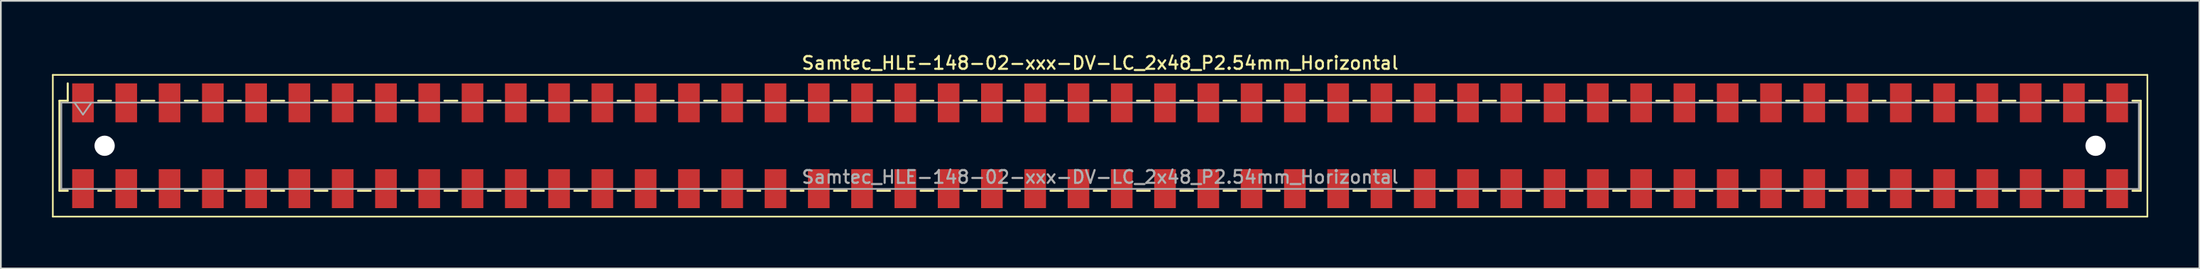
<source format=kicad_pcb>
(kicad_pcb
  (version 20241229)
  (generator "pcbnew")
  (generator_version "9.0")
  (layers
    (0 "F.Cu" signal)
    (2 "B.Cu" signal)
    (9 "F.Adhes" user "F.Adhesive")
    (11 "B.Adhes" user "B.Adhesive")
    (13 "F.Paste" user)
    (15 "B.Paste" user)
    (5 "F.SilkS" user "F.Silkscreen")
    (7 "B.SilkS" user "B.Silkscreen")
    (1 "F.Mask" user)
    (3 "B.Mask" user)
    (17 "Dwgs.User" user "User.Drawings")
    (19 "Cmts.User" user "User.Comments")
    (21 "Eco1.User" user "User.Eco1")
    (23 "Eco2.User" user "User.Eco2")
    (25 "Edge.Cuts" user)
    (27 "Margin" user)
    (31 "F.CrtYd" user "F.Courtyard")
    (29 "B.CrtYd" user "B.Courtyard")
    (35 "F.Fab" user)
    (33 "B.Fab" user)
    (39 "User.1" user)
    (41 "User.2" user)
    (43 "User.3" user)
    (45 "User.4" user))
  (footprint "Samtec_HLE-148-02-xxx-DV-LC_2x48_P2.54mm_Horizontal"
    (layer "F.Cu")
    (at 61.51 5.528)
    (property "Reference" "Samtec_HLE-148-02-xxx-DV-LC_2x48_P2.54mm_Horizontal" (at 0 -4.87 0) (layer "F.SilkS") (effects (font (size 0.75 0.75) (thickness 0.125))))
    (attr smd)
    (fp_line (start -61.46 -4.17) (end 61.46 -4.17) (stroke (width 0.1) (type solid)) (layer "F.SilkS"))
    (fp_line (start -61.46 4.17) (end -61.46 -4.17) (stroke (width 0.1) (type solid)) (layer "F.SilkS"))
    (fp_line (start -61.07 -2.65) (end -61.07 2.65) (stroke (width 0.12) (type solid)) (layer "F.SilkS"))
    (fp_line (start -61.07 2.65) (end -60.585 2.65) (stroke (width 0.12) (type solid)) (layer "F.SilkS"))
    (fp_line (start -60.585 -3.67) (end -60.585 -2.65) (stroke (width 0.12) (type solid)) (layer "F.SilkS"))
    (fp_line (start -60.585 -2.65) (end -61.07 -2.65) (stroke (width 0.12) (type solid)) (layer "F.SilkS"))
    (fp_line (start -58.795 -2.65) (end -58.045 -2.65) (stroke (width 0.12) (type solid)) (layer "F.SilkS"))
    (fp_line (start -58.795 2.65) (end -58.045 2.65) (stroke (width 0.12) (type solid)) (layer "F.SilkS"))
    (fp_line (start -56.255 -2.65) (end -55.505 -2.65) (stroke (width 0.12) (type solid)) (layer "F.SilkS"))
    (fp_line (start -56.255 2.65) (end -55.505 2.65) (stroke (width 0.12) (type solid)) (layer "F.SilkS"))
    (fp_line (start -53.715 -2.65) (end -52.965 -2.65) (stroke (width 0.12) (type solid)) (layer "F.SilkS"))
    (fp_line (start -53.715 2.65) (end -52.965 2.65) (stroke (width 0.12) (type solid)) (layer "F.SilkS"))
    (fp_line (start -51.175 -2.65) (end -50.425 -2.65) (stroke (width 0.12) (type solid)) (layer "F.SilkS"))
    (fp_line (start -51.175 2.65) (end -50.425 2.65) (stroke (width 0.12) (type solid)) (layer "F.SilkS"))
    (fp_line (start -48.635 -2.65) (end -47.885 -2.65) (stroke (width 0.12) (type solid)) (layer "F.SilkS"))
    (fp_line (start -48.635 2.65) (end -47.885 2.65) (stroke (width 0.12) (type solid)) (layer "F.SilkS"))
    (fp_line (start -46.095 -2.65) (end -45.345 -2.65) (stroke (width 0.12) (type solid)) (layer "F.SilkS"))
    (fp_line (start -46.095 2.65) (end -45.345 2.65) (stroke (width 0.12) (type solid)) (layer "F.SilkS"))
    (fp_line (start -43.555 -2.65) (end -42.805 -2.65) (stroke (width 0.12) (type solid)) (layer "F.SilkS"))
    (fp_line (start -43.555 2.65) (end -42.805 2.65) (stroke (width 0.12) (type solid)) (layer "F.SilkS"))
    (fp_line (start -41.015 -2.65) (end -40.265 -2.65) (stroke (width 0.12) (type solid)) (layer "F.SilkS"))
    (fp_line (start -41.015 2.65) (end -40.265 2.65) (stroke (width 0.12) (type solid)) (layer "F.SilkS"))
    (fp_line (start -38.475 -2.65) (end -37.725 -2.65) (stroke (width 0.12) (type solid)) (layer "F.SilkS"))
    (fp_line (start -38.475 2.65) (end -37.725 2.65) (stroke (width 0.12) (type solid)) (layer "F.SilkS"))
    (fp_line (start -35.935 -2.65) (end -35.185 -2.65) (stroke (width 0.12) (type solid)) (layer "F.SilkS"))
    (fp_line (start -35.935 2.65) (end -35.185 2.65) (stroke (width 0.12) (type solid)) (layer "F.SilkS"))
    (fp_line (start -33.395 -2.65) (end -32.645 -2.65) (stroke (width 0.12) (type solid)) (layer "F.SilkS"))
    (fp_line (start -33.395 2.65) (end -32.645 2.65) (stroke (width 0.12) (type solid)) (layer "F.SilkS"))
    (fp_line (start -30.855 -2.65) (end -30.105 -2.65) (stroke (width 0.12) (type solid)) (layer "F.SilkS"))
    (fp_line (start -30.855 2.65) (end -30.105 2.65) (stroke (width 0.12) (type solid)) (layer "F.SilkS"))
    (fp_line (start -28.315 -2.65) (end -27.565 -2.65) (stroke (width 0.12) (type solid)) (layer "F.SilkS"))
    (fp_line (start -28.315 2.65) (end -27.565 2.65) (stroke (width 0.12) (type solid)) (layer "F.SilkS"))
    (fp_line (start -25.775 -2.65) (end -25.025 -2.65) (stroke (width 0.12) (type solid)) (layer "F.SilkS"))
    (fp_line (start -25.775 2.65) (end -25.025 2.65) (stroke (width 0.12) (type solid)) (layer "F.SilkS"))
    (fp_line (start -23.235 -2.65) (end -22.485 -2.65) (stroke (width 0.12) (type solid)) (layer "F.SilkS"))
    (fp_line (start -23.235 2.65) (end -22.485 2.65) (stroke (width 0.12) (type solid)) (layer "F.SilkS"))
    (fp_line (start -20.695 -2.65) (end -19.945 -2.65) (stroke (width 0.12) (type solid)) (layer "F.SilkS"))
    (fp_line (start -20.695 2.65) (end -19.945 2.65) (stroke (width 0.12) (type solid)) (layer "F.SilkS"))
    (fp_line (start -18.155 -2.65) (end -17.405 -2.65) (stroke (width 0.12) (type solid)) (layer "F.SilkS"))
    (fp_line (start -18.155 2.65) (end -17.405 2.65) (stroke (width 0.12) (type solid)) (layer "F.SilkS"))
    (fp_line (start -15.615 -2.65) (end -14.865 -2.65) (stroke (width 0.12) (type solid)) (layer "F.SilkS"))
    (fp_line (start -15.615 2.65) (end -14.865 2.65) (stroke (width 0.12) (type solid)) (layer "F.SilkS"))
    (fp_line (start -13.075 -2.65) (end -12.325 -2.65) (stroke (width 0.12) (type solid)) (layer "F.SilkS"))
    (fp_line (start -13.075 2.65) (end -12.325 2.65) (stroke (width 0.12) (type solid)) (layer "F.SilkS"))
    (fp_line (start -10.535 -2.65) (end -9.785 -2.65) (stroke (width 0.12) (type solid)) (layer "F.SilkS"))
    (fp_line (start -10.535 2.65) (end -9.785 2.65) (stroke (width 0.12) (type solid)) (layer "F.SilkS"))
    (fp_line (start -7.995 -2.65) (end -7.245 -2.65) (stroke (width 0.12) (type solid)) (layer "F.SilkS"))
    (fp_line (start -7.995 2.65) (end -7.245 2.65) (stroke (width 0.12) (type solid)) (layer "F.SilkS"))
    (fp_line (start -5.455 -2.65) (end -4.705 -2.65) (stroke (width 0.12) (type solid)) (layer "F.SilkS"))
    (fp_line (start -5.455 2.65) (end -4.705 2.65) (stroke (width 0.12) (type solid)) (layer "F.SilkS"))
    (fp_line (start -2.915 -2.65) (end -2.165 -2.65) (stroke (width 0.12) (type solid)) (layer "F.SilkS"))
    (fp_line (start -2.915 2.65) (end -2.165 2.65) (stroke (width 0.12) (type solid)) (layer "F.SilkS"))
    (fp_line (start -0.375 -2.65) (end 0.375 -2.65) (stroke (width 0.12) (type solid)) (layer "F.SilkS"))
    (fp_line (start -0.375 2.65) (end 0.375 2.65) (stroke (width 0.12) (type solid)) (layer "F.SilkS"))
    (fp_line (start 2.165 -2.65) (end 2.915 -2.65) (stroke (width 0.12) (type solid)) (layer "F.SilkS"))
    (fp_line (start 2.165 2.65) (end 2.915 2.65) (stroke (width 0.12) (type solid)) (layer "F.SilkS"))
    (fp_line (start 4.705 -2.65) (end 5.455 -2.65) (stroke (width 0.12) (type solid)) (layer "F.SilkS"))
    (fp_line (start 4.705 2.65) (end 5.455 2.65) (stroke (width 0.12) (type solid)) (layer "F.SilkS"))
    (fp_line (start 7.245 -2.65) (end 7.995 -2.65) (stroke (width 0.12) (type solid)) (layer "F.SilkS"))
    (fp_line (start 7.245 2.65) (end 7.995 2.65) (stroke (width 0.12) (type solid)) (layer "F.SilkS"))
    (fp_line (start 9.785 -2.65) (end 10.535 -2.65) (stroke (width 0.12) (type solid)) (layer "F.SilkS"))
    (fp_line (start 9.785 2.65) (end 10.535 2.65) (stroke (width 0.12) (type solid)) (layer "F.SilkS"))
    (fp_line (start 12.325 -2.65) (end 13.075 -2.65) (stroke (width 0.12) (type solid)) (layer "F.SilkS"))
    (fp_line (start 12.325 2.65) (end 13.075 2.65) (stroke (width 0.12) (type solid)) (layer "F.SilkS"))
    (fp_line (start 14.865 -2.65) (end 15.615 -2.65) (stroke (width 0.12) (type solid)) (layer "F.SilkS"))
    (fp_line (start 14.865 2.65) (end 15.615 2.65) (stroke (width 0.12) (type solid)) (layer "F.SilkS"))
    (fp_line (start 17.405 -2.65) (end 18.155 -2.65) (stroke (width 0.12) (type solid)) (layer "F.SilkS"))
    (fp_line (start 17.405 2.65) (end 18.155 2.65) (stroke (width 0.12) (type solid)) (layer "F.SilkS"))
    (fp_line (start 19.945 -2.65) (end 20.695 -2.65) (stroke (width 0.12) (type solid)) (layer "F.SilkS"))
    (fp_line (start 19.945 2.65) (end 20.695 2.65) (stroke (width 0.12) (type solid)) (layer "F.SilkS"))
    (fp_line (start 22.485 -2.65) (end 23.235 -2.65) (stroke (width 0.12) (type solid)) (layer "F.SilkS"))
    (fp_line (start 22.485 2.65) (end 23.235 2.65) (stroke (width 0.12) (type solid)) (layer "F.SilkS"))
    (fp_line (start 25.025 -2.65) (end 25.775 -2.65) (stroke (width 0.12) (type solid)) (layer "F.SilkS"))
    (fp_line (start 25.025 2.65) (end 25.775 2.65) (stroke (width 0.12) (type solid)) (layer "F.SilkS"))
    (fp_line (start 27.565 -2.65) (end 28.315 -2.65) (stroke (width 0.12) (type solid)) (layer "F.SilkS"))
    (fp_line (start 27.565 2.65) (end 28.315 2.65) (stroke (width 0.12) (type solid)) (layer "F.SilkS"))
    (fp_line (start 30.105 -2.65) (end 30.855 -2.65) (stroke (width 0.12) (type solid)) (layer "F.SilkS"))
    (fp_line (start 30.105 2.65) (end 30.855 2.65) (stroke (width 0.12) (type solid)) (layer "F.SilkS"))
    (fp_line (start 32.645 -2.65) (end 33.395 -2.65) (stroke (width 0.12) (type solid)) (layer "F.SilkS"))
    (fp_line (start 32.645 2.65) (end 33.395 2.65) (stroke (width 0.12) (type solid)) (layer "F.SilkS"))
    (fp_line (start 35.185 -2.65) (end 35.935 -2.65) (stroke (width 0.12) (type solid)) (layer "F.SilkS"))
    (fp_line (start 35.185 2.65) (end 35.935 2.65) (stroke (width 0.12) (type solid)) (layer "F.SilkS"))
    (fp_line (start 37.725 -2.65) (end 38.475 -2.65) (stroke (width 0.12) (type solid)) (layer "F.SilkS"))
    (fp_line (start 37.725 2.65) (end 38.475 2.65) (stroke (width 0.12) (type solid)) (layer "F.SilkS"))
    (fp_line (start 40.265 -2.65) (end 41.015 -2.65) (stroke (width 0.12) (type solid)) (layer "F.SilkS"))
    (fp_line (start 40.265 2.65) (end 41.015 2.65) (stroke (width 0.12) (type solid)) (layer "F.SilkS"))
    (fp_line (start 42.805 -2.65) (end 43.555 -2.65) (stroke (width 0.12) (type solid)) (layer "F.SilkS"))
    (fp_line (start 42.805 2.65) (end 43.555 2.65) (stroke (width 0.12) (type solid)) (layer "F.SilkS"))
    (fp_line (start 45.345 -2.65) (end 46.095 -2.65) (stroke (width 0.12) (type solid)) (layer "F.SilkS"))
    (fp_line (start 45.345 2.65) (end 46.095 2.65) (stroke (width 0.12) (type solid)) (layer "F.SilkS"))
    (fp_line (start 47.885 -2.65) (end 48.635 -2.65) (stroke (width 0.12) (type solid)) (layer "F.SilkS"))
    (fp_line (start 47.885 2.65) (end 48.635 2.65) (stroke (width 0.12) (type solid)) (layer "F.SilkS"))
    (fp_line (start 50.425 -2.65) (end 51.175 -2.65) (stroke (width 0.12) (type solid)) (layer "F.SilkS"))
    (fp_line (start 50.425 2.65) (end 51.175 2.65) (stroke (width 0.12) (type solid)) (layer "F.SilkS"))
    (fp_line (start 52.965 -2.65) (end 53.715 -2.65) (stroke (width 0.12) (type solid)) (layer "F.SilkS"))
    (fp_line (start 52.965 2.65) (end 53.715 2.65) (stroke (width 0.12) (type solid)) (layer "F.SilkS"))
    (fp_line (start 55.505 -2.65) (end 56.255 -2.65) (stroke (width 0.12) (type solid)) (layer "F.SilkS"))
    (fp_line (start 55.505 2.65) (end 56.255 2.65) (stroke (width 0.12) (type solid)) (layer "F.SilkS"))
    (fp_line (start 58.045 -2.65) (end 58.795 -2.65) (stroke (width 0.12) (type solid)) (layer "F.SilkS"))
    (fp_line (start 58.045 2.65) (end 58.795 2.65) (stroke (width 0.12) (type solid)) (layer "F.SilkS"))
    (fp_line (start 60.585 -2.65) (end 61.07 -2.65) (stroke (width 0.12) (type solid)) (layer "F.SilkS"))
    (fp_line (start 61.07 -2.65) (end 61.07 2.65) (stroke (width 0.12) (type solid)) (layer "F.SilkS"))
    (fp_line (start 61.07 2.65) (end 60.585 2.65) (stroke (width 0.12) (type solid)) (layer "F.SilkS"))
    (fp_line (start 61.46 -4.17) (end 61.46 4.17) (stroke (width 0.1) (type solid)) (layer "F.SilkS"))
    (fp_line (start 61.46 4.17) (end -61.46 4.17) (stroke (width 0.1) (type solid)) (layer "F.SilkS"))
    (fp_line (start -60.96 -2.54) (end 60.96 -2.54) (stroke (width 0.1) (type solid)) (layer "F.Fab"))
    (fp_line (start -60.96 2.54) (end -60.96 -2.54) (stroke (width 0.1) (type solid)) (layer "F.Fab"))
    (fp_line (start -60.19 -2.54) (end -59.69 -1.833) (stroke (width 0.1) (type solid)) (layer "F.Fab"))
    (fp_line (start -59.69 -1.833) (end -59.19 -2.54) (stroke (width 0.1) (type solid)) (layer "F.Fab"))
    (fp_line (start 60.96 -2.54) (end 60.96 2.54) (stroke (width 0.1) (type solid)) (layer "F.Fab"))
    (fp_line (start 60.96 2.54) (end -60.96 2.54) (stroke (width 0.1) (type solid)) (layer "F.Fab"))
    (fp_text user "${REFERENCE}" (at 0 1.84 0) (layer "F.Fab") (effects (font (size 0.75 0.75) (thickness 0.125))))
    (pad "" np_thru_hole circle (at -58.42 0) (size 1.19 1.19) (drill 1.19) (layers "*.Cu" "*.Mask"))
    (pad "" np_thru_hole circle (at 58.42 0) (size 1.19 1.19) (drill 1.19) (layers "*.Cu" "*.Mask"))
    (pad "1" smd rect (at -59.69 -2.525) (size 1.27 2.29) (layers "F.Cu" "F.Mask" "F.Paste"))
    (pad "2" smd rect (at -59.69 2.525) (size 1.27 2.29) (layers "F.Cu" "F.Mask" "F.Paste"))
    (pad "3" smd rect (at -57.15 -2.525) (size 1.27 2.29) (layers "F.Cu" "F.Mask" "F.Paste"))
    (pad "4" smd rect (at -57.15 2.525) (size 1.27 2.29) (layers "F.Cu" "F.Mask" "F.Paste"))
    (pad "5" smd rect (at -54.61 -2.525) (size 1.27 2.29) (layers "F.Cu" "F.Mask" "F.Paste"))
    (pad "6" smd rect (at -54.61 2.525) (size 1.27 2.29) (layers "F.Cu" "F.Mask" "F.Paste"))
    (pad "7" smd rect (at -52.07 -2.525) (size 1.27 2.29) (layers "F.Cu" "F.Mask" "F.Paste"))
    (pad "8" smd rect (at -52.07 2.525) (size 1.27 2.29) (layers "F.Cu" "F.Mask" "F.Paste"))
    (pad "9" smd rect (at -49.53 -2.525) (size 1.27 2.29) (layers "F.Cu" "F.Mask" "F.Paste"))
    (pad "10" smd rect (at -49.53 2.525) (size 1.27 2.29) (layers "F.Cu" "F.Mask" "F.Paste"))
    (pad "11" smd rect (at -46.99 -2.525) (size 1.27 2.29) (layers "F.Cu" "F.Mask" "F.Paste"))
    (pad "12" smd rect (at -46.99 2.525) (size 1.27 2.29) (layers "F.Cu" "F.Mask" "F.Paste"))
    (pad "13" smd rect (at -44.45 -2.525) (size 1.27 2.29) (layers "F.Cu" "F.Mask" "F.Paste"))
    (pad "14" smd rect (at -44.45 2.525) (size 1.27 2.29) (layers "F.Cu" "F.Mask" "F.Paste"))
    (pad "15" smd rect (at -41.91 -2.525) (size 1.27 2.29) (layers "F.Cu" "F.Mask" "F.Paste"))
    (pad "16" smd rect (at -41.91 2.525) (size 1.27 2.29) (layers "F.Cu" "F.Mask" "F.Paste"))
    (pad "17" smd rect (at -39.37 -2.525) (size 1.27 2.29) (layers "F.Cu" "F.Mask" "F.Paste"))
    (pad "18" smd rect (at -39.37 2.525) (size 1.27 2.29) (layers "F.Cu" "F.Mask" "F.Paste"))
    (pad "19" smd rect (at -36.83 -2.525) (size 1.27 2.29) (layers "F.Cu" "F.Mask" "F.Paste"))
    (pad "20" smd rect (at -36.83 2.525) (size 1.27 2.29) (layers "F.Cu" "F.Mask" "F.Paste"))
    (pad "21" smd rect (at -34.29 -2.525) (size 1.27 2.29) (layers "F.Cu" "F.Mask" "F.Paste"))
    (pad "22" smd rect (at -34.29 2.525) (size 1.27 2.29) (layers "F.Cu" "F.Mask" "F.Paste"))
    (pad "23" smd rect (at -31.75 -2.525) (size 1.27 2.29) (layers "F.Cu" "F.Mask" "F.Paste"))
    (pad "24" smd rect (at -31.75 2.525) (size 1.27 2.29) (layers "F.Cu" "F.Mask" "F.Paste"))
    (pad "25" smd rect (at -29.21 -2.525) (size 1.27 2.29) (layers "F.Cu" "F.Mask" "F.Paste"))
    (pad "26" smd rect (at -29.21 2.525) (size 1.27 2.29) (layers "F.Cu" "F.Mask" "F.Paste"))
    (pad "27" smd rect (at -26.67 -2.525) (size 1.27 2.29) (layers "F.Cu" "F.Mask" "F.Paste"))
    (pad "28" smd rect (at -26.67 2.525) (size 1.27 2.29) (layers "F.Cu" "F.Mask" "F.Paste"))
    (pad "29" smd rect (at -24.13 -2.525) (size 1.27 2.29) (layers "F.Cu" "F.Mask" "F.Paste"))
    (pad "30" smd rect (at -24.13 2.525) (size 1.27 2.29) (layers "F.Cu" "F.Mask" "F.Paste"))
    (pad "31" smd rect (at -21.59 -2.525) (size 1.27 2.29) (layers "F.Cu" "F.Mask" "F.Paste"))
    (pad "32" smd rect (at -21.59 2.525) (size 1.27 2.29) (layers "F.Cu" "F.Mask" "F.Paste"))
    (pad "33" smd rect (at -19.05 -2.525) (size 1.27 2.29) (layers "F.Cu" "F.Mask" "F.Paste"))
    (pad "34" smd rect (at -19.05 2.525) (size 1.27 2.29) (layers "F.Cu" "F.Mask" "F.Paste"))
    (pad "35" smd rect (at -16.51 -2.525) (size 1.27 2.29) (layers "F.Cu" "F.Mask" "F.Paste"))
    (pad "36" smd rect (at -16.51 2.525) (size 1.27 2.29) (layers "F.Cu" "F.Mask" "F.Paste"))
    (pad "37" smd rect (at -13.97 -2.525) (size 1.27 2.29) (layers "F.Cu" "F.Mask" "F.Paste"))
    (pad "38" smd rect (at -13.97 2.525) (size 1.27 2.29) (layers "F.Cu" "F.Mask" "F.Paste"))
    (pad "39" smd rect (at -11.43 -2.525) (size 1.27 2.29) (layers "F.Cu" "F.Mask" "F.Paste"))
    (pad "40" smd rect (at -11.43 2.525) (size 1.27 2.29) (layers "F.Cu" "F.Mask" "F.Paste"))
    (pad "41" smd rect (at -8.89 -2.525) (size 1.27 2.29) (layers "F.Cu" "F.Mask" "F.Paste"))
    (pad "42" smd rect (at -8.89 2.525) (size 1.27 2.29) (layers "F.Cu" "F.Mask" "F.Paste"))
    (pad "43" smd rect (at -6.35 -2.525) (size 1.27 2.29) (layers "F.Cu" "F.Mask" "F.Paste"))
    (pad "44" smd rect (at -6.35 2.525) (size 1.27 2.29) (layers "F.Cu" "F.Mask" "F.Paste"))
    (pad "45" smd rect (at -3.81 -2.525) (size 1.27 2.29) (layers "F.Cu" "F.Mask" "F.Paste"))
    (pad "46" smd rect (at -3.81 2.525) (size 1.27 2.29) (layers "F.Cu" "F.Mask" "F.Paste"))
    (pad "47" smd rect (at -1.27 -2.525) (size 1.27 2.29) (layers "F.Cu" "F.Mask" "F.Paste"))
    (pad "48" smd rect (at -1.27 2.525) (size 1.27 2.29) (layers "F.Cu" "F.Mask" "F.Paste"))
    (pad "49" smd rect (at 1.27 -2.525) (size 1.27 2.29) (layers "F.Cu" "F.Mask" "F.Paste"))
    (pad "50" smd rect (at 1.27 2.525) (size 1.27 2.29) (layers "F.Cu" "F.Mask" "F.Paste"))
    (pad "51" smd rect (at 3.81 -2.525) (size 1.27 2.29) (layers "F.Cu" "F.Mask" "F.Paste"))
    (pad "52" smd rect (at 3.81 2.525) (size 1.27 2.29) (layers "F.Cu" "F.Mask" "F.Paste"))
    (pad "53" smd rect (at 6.35 -2.525) (size 1.27 2.29) (layers "F.Cu" "F.Mask" "F.Paste"))
    (pad "54" smd rect (at 6.35 2.525) (size 1.27 2.29) (layers "F.Cu" "F.Mask" "F.Paste"))
    (pad "55" smd rect (at 8.89 -2.525) (size 1.27 2.29) (layers "F.Cu" "F.Mask" "F.Paste"))
    (pad "56" smd rect (at 8.89 2.525) (size 1.27 2.29) (layers "F.Cu" "F.Mask" "F.Paste"))
    (pad "57" smd rect (at 11.43 -2.525) (size 1.27 2.29) (layers "F.Cu" "F.Mask" "F.Paste"))
    (pad "58" smd rect (at 11.43 2.525) (size 1.27 2.29) (layers "F.Cu" "F.Mask" "F.Paste"))
    (pad "59" smd rect (at 13.97 -2.525) (size 1.27 2.29) (layers "F.Cu" "F.Mask" "F.Paste"))
    (pad "60" smd rect (at 13.97 2.525) (size 1.27 2.29) (layers "F.Cu" "F.Mask" "F.Paste"))
    (pad "61" smd rect (at 16.51 -2.525) (size 1.27 2.29) (layers "F.Cu" "F.Mask" "F.Paste"))
    (pad "62" smd rect (at 16.51 2.525) (size 1.27 2.29) (layers "F.Cu" "F.Mask" "F.Paste"))
    (pad "63" smd rect (at 19.05 -2.525) (size 1.27 2.29) (layers "F.Cu" "F.Mask" "F.Paste"))
    (pad "64" smd rect (at 19.05 2.525) (size 1.27 2.29) (layers "F.Cu" "F.Mask" "F.Paste"))
    (pad "65" smd rect (at 21.59 -2.525) (size 1.27 2.29) (layers "F.Cu" "F.Mask" "F.Paste"))
    (pad "66" smd rect (at 21.59 2.525) (size 1.27 2.29) (layers "F.Cu" "F.Mask" "F.Paste"))
    (pad "67" smd rect (at 24.13 -2.525) (size 1.27 2.29) (layers "F.Cu" "F.Mask" "F.Paste"))
    (pad "68" smd rect (at 24.13 2.525) (size 1.27 2.29) (layers "F.Cu" "F.Mask" "F.Paste"))
    (pad "69" smd rect (at 26.67 -2.525) (size 1.27 2.29) (layers "F.Cu" "F.Mask" "F.Paste"))
    (pad "70" smd rect (at 26.67 2.525) (size 1.27 2.29) (layers "F.Cu" "F.Mask" "F.Paste"))
    (pad "71" smd rect (at 29.21 -2.525) (size 1.27 2.29) (layers "F.Cu" "F.Mask" "F.Paste"))
    (pad "72" smd rect (at 29.21 2.525) (size 1.27 2.29) (layers "F.Cu" "F.Mask" "F.Paste"))
    (pad "73" smd rect (at 31.75 -2.525) (size 1.27 2.29) (layers "F.Cu" "F.Mask" "F.Paste"))
    (pad "74" smd rect (at 31.75 2.525) (size 1.27 2.29) (layers "F.Cu" "F.Mask" "F.Paste"))
    (pad "75" smd rect (at 34.29 -2.525) (size 1.27 2.29) (layers "F.Cu" "F.Mask" "F.Paste"))
    (pad "76" smd rect (at 34.29 2.525) (size 1.27 2.29) (layers "F.Cu" "F.Mask" "F.Paste"))
    (pad "77" smd rect (at 36.83 -2.525) (size 1.27 2.29) (layers "F.Cu" "F.Mask" "F.Paste"))
    (pad "78" smd rect (at 36.83 2.525) (size 1.27 2.29) (layers "F.Cu" "F.Mask" "F.Paste"))
    (pad "79" smd rect (at 39.37 -2.525) (size 1.27 2.29) (layers "F.Cu" "F.Mask" "F.Paste"))
    (pad "80" smd rect (at 39.37 2.525) (size 1.27 2.29) (layers "F.Cu" "F.Mask" "F.Paste"))
    (pad "81" smd rect (at 41.91 -2.525) (size 1.27 2.29) (layers "F.Cu" "F.Mask" "F.Paste"))
    (pad "82" smd rect (at 41.91 2.525) (size 1.27 2.29) (layers "F.Cu" "F.Mask" "F.Paste"))
    (pad "83" smd rect (at 44.45 -2.525) (size 1.27 2.29) (layers "F.Cu" "F.Mask" "F.Paste"))
    (pad "84" smd rect (at 44.45 2.525) (size 1.27 2.29) (layers "F.Cu" "F.Mask" "F.Paste"))
    (pad "85" smd rect (at 46.99 -2.525) (size 1.27 2.29) (layers "F.Cu" "F.Mask" "F.Paste"))
    (pad "86" smd rect (at 46.99 2.525) (size 1.27 2.29) (layers "F.Cu" "F.Mask" "F.Paste"))
    (pad "87" smd rect (at 49.53 -2.525) (size 1.27 2.29) (layers "F.Cu" "F.Mask" "F.Paste"))
    (pad "88" smd rect (at 49.53 2.525) (size 1.27 2.29) (layers "F.Cu" "F.Mask" "F.Paste"))
    (pad "89" smd rect (at 52.07 -2.525) (size 1.27 2.29) (layers "F.Cu" "F.Mask" "F.Paste"))
    (pad "90" smd rect (at 52.07 2.525) (size 1.27 2.29) (layers "F.Cu" "F.Mask" "F.Paste"))
    (pad "91" smd rect (at 54.61 -2.525) (size 1.27 2.29) (layers "F.Cu" "F.Mask" "F.Paste"))
    (pad "92" smd rect (at 54.61 2.525) (size 1.27 2.29) (layers "F.Cu" "F.Mask" "F.Paste"))
    (pad "93" smd rect (at 57.15 -2.525) (size 1.27 2.29) (layers "F.Cu" "F.Mask" "F.Paste"))
    (pad "94" smd rect (at 57.15 2.525) (size 1.27 2.29) (layers "F.Cu" "F.Mask" "F.Paste"))
    (pad "95" smd rect (at 59.69 -2.525) (size 1.27 2.29) (layers "F.Cu" "F.Mask" "F.Paste"))
    (pad "96" smd rect (at 59.69 2.525) (size 1.27 2.29) (layers "F.Cu" "F.Mask" "F.Paste")))
  (gr_rect
    (start -3 -3)
    (end 126.02 12.748)
    (stroke (width 0.1) (type default))
    (fill no)
    (layer "Edge.Cuts")))
</source>
